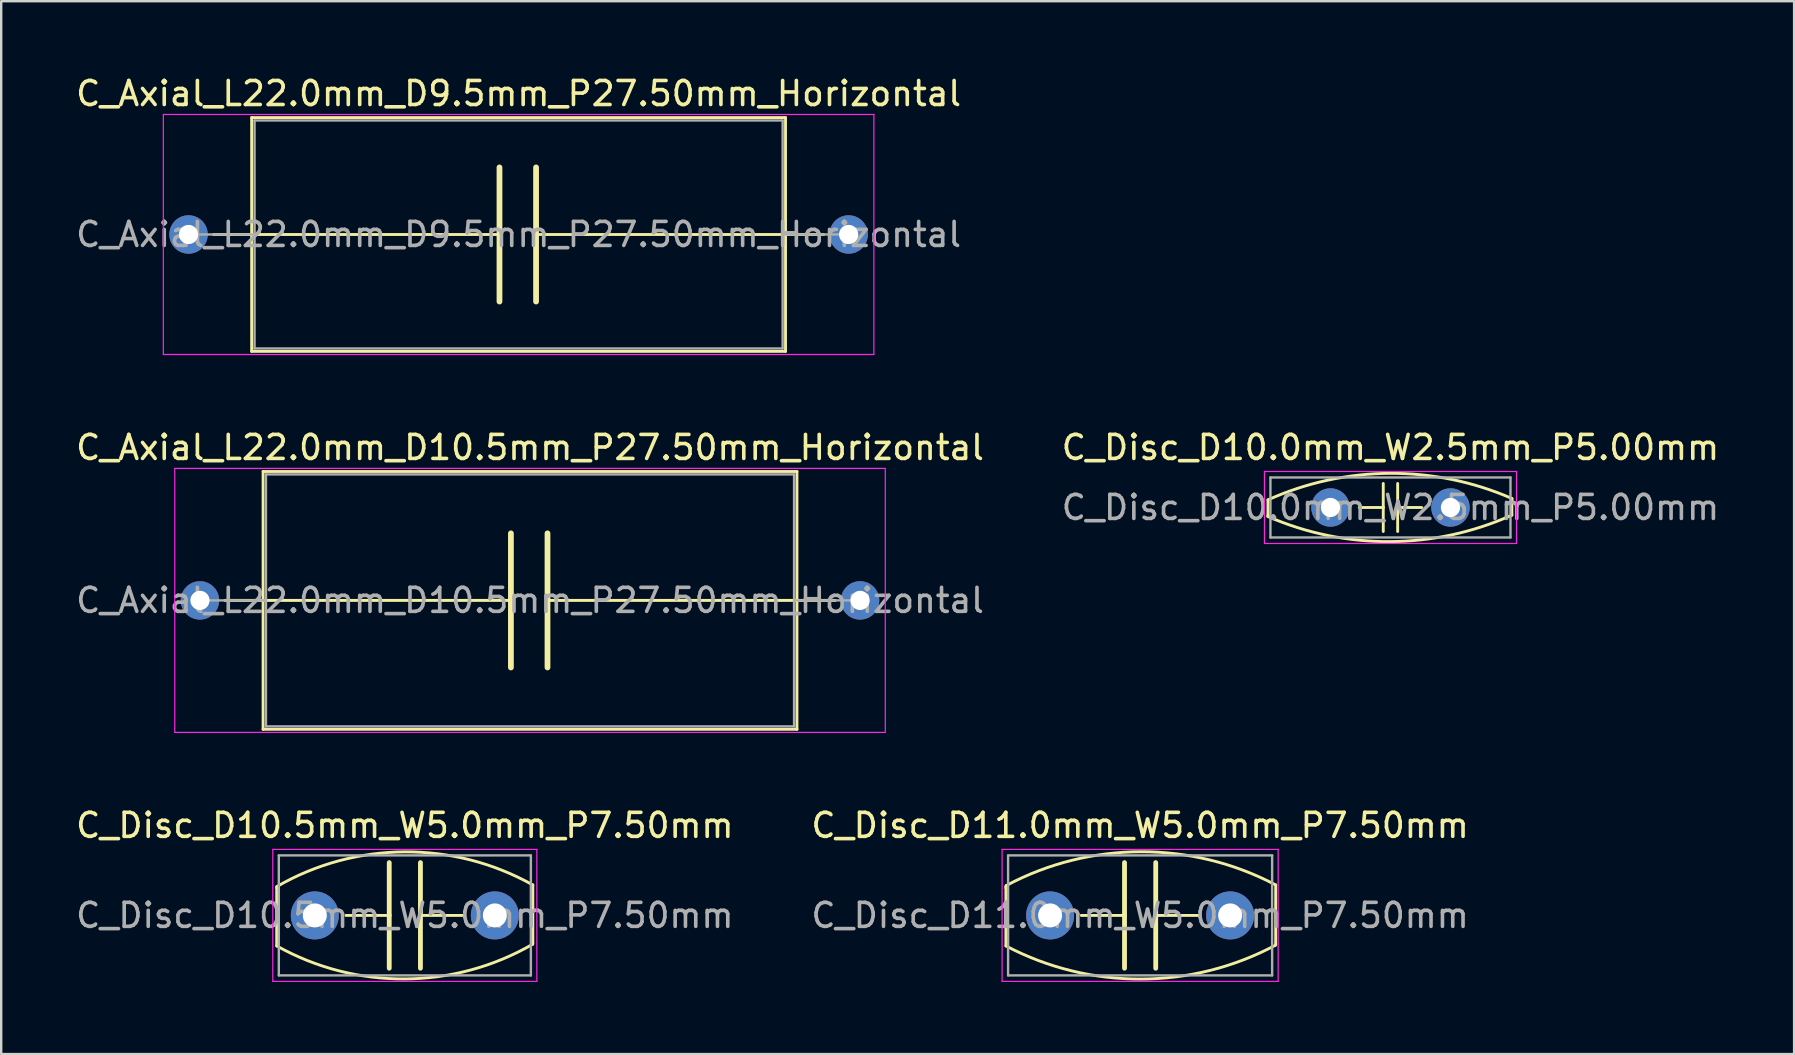
<source format=kicad_pcb>
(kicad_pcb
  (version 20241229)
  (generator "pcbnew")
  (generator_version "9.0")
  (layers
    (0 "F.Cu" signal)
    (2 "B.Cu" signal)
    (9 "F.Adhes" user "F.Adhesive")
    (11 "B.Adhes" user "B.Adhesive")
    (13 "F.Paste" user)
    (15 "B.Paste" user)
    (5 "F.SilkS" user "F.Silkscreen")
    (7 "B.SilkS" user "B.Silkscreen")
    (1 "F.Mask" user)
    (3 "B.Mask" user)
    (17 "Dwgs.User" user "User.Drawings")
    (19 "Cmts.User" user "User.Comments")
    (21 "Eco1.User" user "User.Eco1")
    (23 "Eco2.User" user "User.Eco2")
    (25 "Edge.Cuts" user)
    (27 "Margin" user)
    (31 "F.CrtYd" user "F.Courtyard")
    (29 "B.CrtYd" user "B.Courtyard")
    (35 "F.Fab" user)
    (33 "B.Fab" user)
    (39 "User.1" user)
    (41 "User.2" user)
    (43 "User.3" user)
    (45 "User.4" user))
  (footprint "C_Axial_L22.0mm_D9.5mm_P27.50mm_Horizontal"
    (layer "F.Cu")
    (at 4.804 6.718)
    (property "Reference" "C_Axial_L22.0mm_D9.5mm_P27.50mm_Horizontal" (at 13.75 -5.87 0) (layer "F.SilkS") (effects (font (size 1 1) (thickness 0.15))))
    (attr through_hole)
    (fp_line (start 1.04 0) (end 2.63 0) (stroke (width 0.12) (type solid)) (layer "F.SilkS"))
    (fp_line (start 2.63 -4.87) (end 2.63 4.87) (stroke (width 0.12) (type solid)) (layer "F.SilkS"))
    (fp_line (start 2.63 0) (end 12.954 0) (stroke (width 0.12) (type solid)) (layer "F.SilkS"))
    (fp_line (start 2.63 4.87) (end 24.87 4.87) (stroke (width 0.12) (type solid)) (layer "F.SilkS"))
    (fp_line (start 12.954 -2.794) (end 12.954 2.794) (stroke (width 0.24) (type solid)) (layer "F.SilkS"))
    (fp_line (start 14.478 2.794) (end 14.478 -2.794) (stroke (width 0.24) (type solid)) (layer "F.SilkS"))
    (fp_line (start 24.87 -4.87) (end 2.63 -4.87) (stroke (width 0.12) (type solid)) (layer "F.SilkS"))
    (fp_line (start 24.87 0) (end 14.478 0) (stroke (width 0.12) (type solid)) (layer "F.SilkS"))
    (fp_line (start 24.87 4.87) (end 24.87 -4.87) (stroke (width 0.12) (type solid)) (layer "F.SilkS"))
    (fp_line (start 26.46 0) (end 24.87 0) (stroke (width 0.12) (type solid)) (layer "F.SilkS"))
    (fp_line (start -1.05 -5) (end -1.05 5) (stroke (width 0.05) (type solid)) (layer "F.CrtYd"))
    (fp_line (start -1.05 5) (end 28.55 5) (stroke (width 0.05) (type solid)) (layer "F.CrtYd"))
    (fp_line (start 28.55 -5) (end -1.05 -5) (stroke (width 0.05) (type solid)) (layer "F.CrtYd"))
    (fp_line (start 28.55 5) (end 28.55 -5) (stroke (width 0.05) (type solid)) (layer "F.CrtYd"))
    (fp_line (start 0 0) (end 2.75 0) (stroke (width 0.1) (type solid)) (layer "F.Fab"))
    (fp_line (start 2.75 -4.75) (end 2.75 4.75) (stroke (width 0.1) (type solid)) (layer "F.Fab"))
    (fp_line (start 2.75 4.75) (end 24.75 4.75) (stroke (width 0.1) (type solid)) (layer "F.Fab"))
    (fp_line (start 24.75 -4.75) (end 2.75 -4.75) (stroke (width 0.1) (type solid)) (layer "F.Fab"))
    (fp_line (start 24.75 4.75) (end 24.75 -4.75) (stroke (width 0.1) (type solid)) (layer "F.Fab"))
    (fp_line (start 27.5 0) (end 24.75 0) (stroke (width 0.1) (type solid)) (layer "F.Fab"))
    (fp_text user "${REFERENCE}" (at 13.75 0 0) (layer "F.Fab") (effects (font (size 1 1) (thickness 0.15))))
    (pad "1" thru_hole circle (at 0 0) (size 1.6 1.6) (drill 0.8) (layers "*.Cu" "*.Mask"))
    (pad "2" thru_hole oval (at 27.5 0) (size 1.6 1.6) (drill 0.8) (layers "*.Cu" "*.Mask")))
  (footprint "C_Axial_L22.0mm_D10.5mm_P27.50mm_Horizontal"
    (layer "F.Cu")
    (at 5.28 21.962)
    (property "Reference" "C_Axial_L22.0mm_D10.5mm_P27.50mm_Horizontal" (at 13.75 -6.37 0) (layer "F.SilkS") (effects (font (size 1 1) (thickness 0.15))))
    (attr through_hole)
    (fp_line (start 1.04 0) (end 2.63 0) (stroke (width 0.12) (type solid)) (layer "F.SilkS"))
    (fp_line (start 2.63 -5.37) (end 2.63 5.37) (stroke (width 0.12) (type solid)) (layer "F.SilkS"))
    (fp_line (start 2.63 0) (end 12.954 0) (stroke (width 0.12) (type solid)) (layer "F.SilkS"))
    (fp_line (start 2.63 5.37) (end 24.87 5.37) (stroke (width 0.12) (type solid)) (layer "F.SilkS"))
    (fp_line (start 12.954 -2.794) (end 12.954 2.794) (stroke (width 0.24) (type solid)) (layer "F.SilkS"))
    (fp_line (start 14.478 2.794) (end 14.478 -2.794) (stroke (width 0.24) (type solid)) (layer "F.SilkS"))
    (fp_line (start 24.87 -5.37) (end 2.63 -5.37) (stroke (width 0.12) (type solid)) (layer "F.SilkS"))
    (fp_line (start 24.87 0) (end 14.478 0) (stroke (width 0.12) (type solid)) (layer "F.SilkS"))
    (fp_line (start 24.87 5.37) (end 24.87 -5.37) (stroke (width 0.12) (type solid)) (layer "F.SilkS"))
    (fp_line (start 26.46 0) (end 24.87 0) (stroke (width 0.12) (type solid)) (layer "F.SilkS"))
    (fp_line (start -1.05 -5.5) (end -1.05 5.5) (stroke (width 0.05) (type solid)) (layer "F.CrtYd"))
    (fp_line (start -1.05 5.5) (end 28.55 5.5) (stroke (width 0.05) (type solid)) (layer "F.CrtYd"))
    (fp_line (start 28.55 -5.5) (end -1.05 -5.5) (stroke (width 0.05) (type solid)) (layer "F.CrtYd"))
    (fp_line (start 28.55 5.5) (end 28.55 -5.5) (stroke (width 0.05) (type solid)) (layer "F.CrtYd"))
    (fp_line (start 0 0) (end 2.75 0) (stroke (width 0.1) (type solid)) (layer "F.Fab"))
    (fp_line (start 2.75 -5.25) (end 2.75 5.25) (stroke (width 0.1) (type solid)) (layer "F.Fab"))
    (fp_line (start 2.75 5.25) (end 24.75 5.25) (stroke (width 0.1) (type solid)) (layer "F.Fab"))
    (fp_line (start 24.75 -5.25) (end 2.75 -5.25) (stroke (width 0.1) (type solid)) (layer "F.Fab"))
    (fp_line (start 24.75 5.25) (end 24.75 -5.25) (stroke (width 0.1) (type solid)) (layer "F.Fab"))
    (fp_line (start 27.5 0) (end 24.75 0) (stroke (width 0.1) (type solid)) (layer "F.Fab"))
    (fp_text user "${REFERENCE}" (at 13.75 0 0) (layer "F.Fab") (effects (font (size 1 1) (thickness 0.15))))
    (pad "1" thru_hole circle (at 0 0) (size 1.6 1.6) (drill 0.8) (layers "*.Cu" "*.Mask"))
    (pad "2" thru_hole oval (at 27.5 0) (size 1.6 1.6) (drill 0.8) (layers "*.Cu" "*.Mask")))
  (footprint "C_Disc_D10.0mm_W2.5mm_P5.00mm"
    (layer "F.Cu")
    (at 52.375 18.091)
    (property "Reference" "C_Disc_D10.0mm_W2.5mm_P5.00mm" (at 2.5 -2.5 0) (layer "F.SilkS") (effects (font (size 1 1) (thickness 0.15))))
    (fp_line (start -2.603 -0.318) (end -2.603 0.318) (stroke (width 0.12) (type solid)) (layer "F.SilkS"))
    (fp_line (start -2.603 0.318) (end -2.606 0.375) (stroke (width 0.12) (type solid)) (layer "F.SilkS"))
    (fp_line (start 1.2 0) (end 2.2 0) (stroke (width 0.12) (type solid)) (layer "F.SilkS"))
    (fp_line (start 2.2 0) (end 2.2 -1) (stroke (width 0.12) (type solid)) (layer "F.SilkS"))
    (fp_line (start 2.2 0) (end 2.2 1) (stroke (width 0.12) (type solid)) (layer "F.SilkS"))
    (fp_line (start 2.8 -1) (end 2.8 1) (stroke (width 0.12) (type solid)) (layer "F.SilkS"))
    (fp_line (start 2.8 0) (end 3.8 0) (stroke (width 0.12) (type solid)) (layer "F.SilkS"))
    (fp_line (start 7.556 -0.318) (end 7.559 -0.375) (stroke (width 0.12) (type solid)) (layer "F.SilkS"))
    (fp_line (start 7.556 0.318) (end 7.556 -0.318) (stroke (width 0.12) (type solid)) (layer "F.SilkS"))
    (fp_arc (start -2.6035 -0.3175) (mid 2.471769 -1.421854) (end 7.559206 -0.374987) (stroke (width 0.12) (type solid)) (layer "F.SilkS"))
    (fp_arc (start 7.5565 0.3175) (mid 2.481231 1.421854) (end -2.606206 0.374987) (stroke (width 0.12) (type solid)) (layer "F.SilkS"))
    (fp_line (start -2.75 -1.5) (end -2.75 1.5) (stroke (width 0.05) (type solid)) (layer "F.CrtYd"))
    (fp_line (start -2.75 1.5) (end 7.75 1.5) (stroke (width 0.05) (type solid)) (layer "F.CrtYd"))
    (fp_line (start 7.75 -1.5) (end -2.75 -1.5) (stroke (width 0.05) (type solid)) (layer "F.CrtYd"))
    (fp_line (start 7.75 1.5) (end 7.75 -1.5) (stroke (width 0.05) (type solid)) (layer "F.CrtYd"))
    (fp_line (start -2.5 -1.25) (end -2.5 1.25) (stroke (width 0.1) (type solid)) (layer "F.Fab"))
    (fp_line (start -2.5 1.25) (end 7.5 1.25) (stroke (width 0.1) (type solid)) (layer "F.Fab"))
    (fp_line (start 7.5 -1.25) (end -2.5 -1.25) (stroke (width 0.1) (type solid)) (layer "F.Fab"))
    (fp_line (start 7.5 1.25) (end 7.5 -1.25) (stroke (width 0.1) (type solid)) (layer "F.Fab"))
    (fp_text user "${REFERENCE}" (at 2.5 0 0) (layer "F.Fab") (effects (font (size 1 1) (thickness 0.15))))
    (pad "1" thru_hole circle (at 0 0) (size 1.6 1.6) (drill 0.8) (layers "*.Cu" "*.Mask"))
    (pad "2" thru_hole circle (at 5 0) (size 1.6 1.6) (drill 0.8) (layers "*.Cu" "*.Mask")))
  (footprint "C_Disc_D10.5mm_W5.0mm_P7.50mm"
    (layer "F.Cu")
    (at 10.065 35.085)
    (property "Reference" "C_Disc_D10.5mm_W5.0mm_P7.50mm" (at 3.75 -3.75 0) (layer "F.SilkS") (effects (font (size 1 1) (thickness 0.15))))
    (fp_line (start -1.587 -1.143) (end -1.584 -1.2) (stroke (width 0.12) (type solid)) (layer "F.SilkS"))
    (fp_line (start -1.587 1.27) (end -1.587 -1.143) (stroke (width 0.12) (type solid)) (layer "F.SilkS"))
    (fp_line (start 1.3 0) (end 3.1 0) (stroke (width 0.12) (type solid)) (layer "F.SilkS"))
    (fp_line (start 3.1 0) (end 3.1 -2.2) (stroke (width 0.2) (type solid)) (layer "F.SilkS"))
    (fp_line (start 3.1 0) (end 3.1 2.2) (stroke (width 0.2) (type solid)) (layer "F.SilkS"))
    (fp_line (start 4.4 0) (end 4.4 -2.2) (stroke (width 0.2) (type solid)) (layer "F.SilkS"))
    (fp_line (start 4.4 0) (end 4.4 2.2) (stroke (width 0.2) (type solid)) (layer "F.SilkS"))
    (fp_line (start 4.4 0) (end 6.2 0) (stroke (width 0.12) (type solid)) (layer "F.SilkS"))
    (fp_line (start 9.081 -1.27) (end 9.081 1.143) (stroke (width 0.12) (type solid)) (layer "F.SilkS"))
    (fp_line (start 9.081 1.143) (end 9.077 1.2) (stroke (width 0.12) (type solid)) (layer "F.SilkS"))
    (fp_arc (start -1.583661 -1.19986) (mid 3.739134 -2.646764) (end 9.0805 -1.27) (stroke (width 0.12) (type solid)) (layer "F.SilkS"))
    (fp_arc (start 9.076661 1.19986) (mid 3.753866 2.646764) (end -1.5875 1.27) (stroke (width 0.12) (type solid)) (layer "F.SilkS"))
    (fp_line (start -1.75 -2.75) (end -1.75 2.75) (stroke (width 0.05) (type solid)) (layer "F.CrtYd"))
    (fp_line (start -1.75 2.75) (end 9.25 2.75) (stroke (width 0.05) (type solid)) (layer "F.CrtYd"))
    (fp_line (start 9.25 -2.75) (end -1.75 -2.75) (stroke (width 0.05) (type solid)) (layer "F.CrtYd"))
    (fp_line (start 9.25 2.75) (end 9.25 -2.75) (stroke (width 0.05) (type solid)) (layer "F.CrtYd"))
    (fp_line (start -1.5 -2.5) (end -1.5 2.5) (stroke (width 0.1) (type solid)) (layer "F.Fab"))
    (fp_line (start -1.5 2.5) (end 9 2.5) (stroke (width 0.1) (type solid)) (layer "F.Fab"))
    (fp_line (start 9 -2.5) (end -1.5 -2.5) (stroke (width 0.1) (type solid)) (layer "F.Fab"))
    (fp_line (start 9 2.5) (end 9 -2.5) (stroke (width 0.1) (type solid)) (layer "F.Fab"))
    (fp_text user "${REFERENCE}" (at 3.75 0 0) (layer "F.Fab") (effects (font (size 1 1) (thickness 0.15))))
    (pad "1" thru_hole circle (at 0 0) (size 2 2) (drill 1) (layers "*.Cu" "*.Mask"))
    (pad "2" thru_hole circle (at 7.5 0) (size 2 2) (drill 1) (layers "*.Cu" "*.Mask")))
  (footprint "C_Disc_D11.0mm_W5.0mm_P7.50mm"
    (layer "F.Cu")
    (at 40.696 35.085)
    (property "Reference" "C_Disc_D11.0mm_W5.0mm_P7.50mm" (at 3.75 -3.75 0) (layer "F.SilkS") (effects (font (size 1 1) (thickness 0.15))))
    (fp_line (start -1.841 -1.206) (end -1.828 -1.244) (stroke (width 0.12) (type solid)) (layer "F.SilkS"))
    (fp_line (start -1.841 -1.143) (end -1.841 -1.206) (stroke (width 0.12) (type solid)) (layer "F.SilkS"))
    (fp_line (start -1.841 1.27) (end -1.841 -1.143) (stroke (width 0.12) (type solid)) (layer "F.SilkS"))
    (fp_line (start 1.3 0) (end 3.1 0) (stroke (width 0.12) (type solid)) (layer "F.SilkS"))
    (fp_line (start 3.1 0) (end 3.1 -2.2) (stroke (width 0.2) (type solid)) (layer "F.SilkS"))
    (fp_line (start 3.1 0) (end 3.1 2.2) (stroke (width 0.2) (type solid)) (layer "F.SilkS"))
    (fp_line (start 4.4 0) (end 4.4 -2.2) (stroke (width 0.2) (type solid)) (layer "F.SilkS"))
    (fp_line (start 4.4 0) (end 4.4 2.2) (stroke (width 0.2) (type solid)) (layer "F.SilkS"))
    (fp_line (start 4.4 0) (end 6.2 0) (stroke (width 0.12) (type solid)) (layer "F.SilkS"))
    (fp_line (start 9.398 -1.27) (end 9.398 1.206) (stroke (width 0.12) (type solid)) (layer "F.SilkS"))
    (fp_line (start 9.398 1.206) (end 9.384 1.244) (stroke (width 0.12) (type solid)) (layer "F.SilkS"))
    (fp_arc (start -1.827515 -1.243759) (mid 3.781981 -2.652175) (end 9.398 -1.27) (stroke (width 0.12) (type solid)) (layer "F.SilkS"))
    (fp_arc (start 9.384015 1.243759) (mid 3.774519 2.652175) (end -1.8415 1.27) (stroke (width 0.12) (type solid)) (layer "F.SilkS"))
    (fp_line (start -2 -2.75) (end -2 2.75) (stroke (width 0.05) (type solid)) (layer "F.CrtYd"))
    (fp_line (start -2 2.75) (end 9.5 2.75) (stroke (width 0.05) (type solid)) (layer "F.CrtYd"))
    (fp_line (start 9.5 -2.75) (end -2 -2.75) (stroke (width 0.05) (type solid)) (layer "F.CrtYd"))
    (fp_line (start 9.5 2.75) (end 9.5 -2.75) (stroke (width 0.05) (type solid)) (layer "F.CrtYd"))
    (fp_line (start -1.75 -2.5) (end -1.75 2.5) (stroke (width 0.1) (type solid)) (layer "F.Fab"))
    (fp_line (start -1.75 2.5) (end 9.25 2.5) (stroke (width 0.1) (type solid)) (layer "F.Fab"))
    (fp_line (start 9.25 -2.5) (end -1.75 -2.5) (stroke (width 0.1) (type solid)) (layer "F.Fab"))
    (fp_line (start 9.25 2.5) (end 9.25 -2.5) (stroke (width 0.1) (type solid)) (layer "F.Fab"))
    (fp_text user "${REFERENCE}" (at 3.75 0 0) (layer "F.Fab") (effects (font (size 1 1) (thickness 0.15))))
    (pad "1" thru_hole circle (at 0 0) (size 2 2) (drill 1) (layers "*.Cu" "*.Mask"))
    (pad "2" thru_hole circle (at 7.5 0) (size 2 2) (drill 1) (layers "*.Cu" "*.Mask")))
  (gr_rect
    (start -3 -3)
    (end 71.69 40.86)
    (stroke (width 0.1) (type default))
    (fill no)
    (layer "Edge.Cuts")))
</source>
